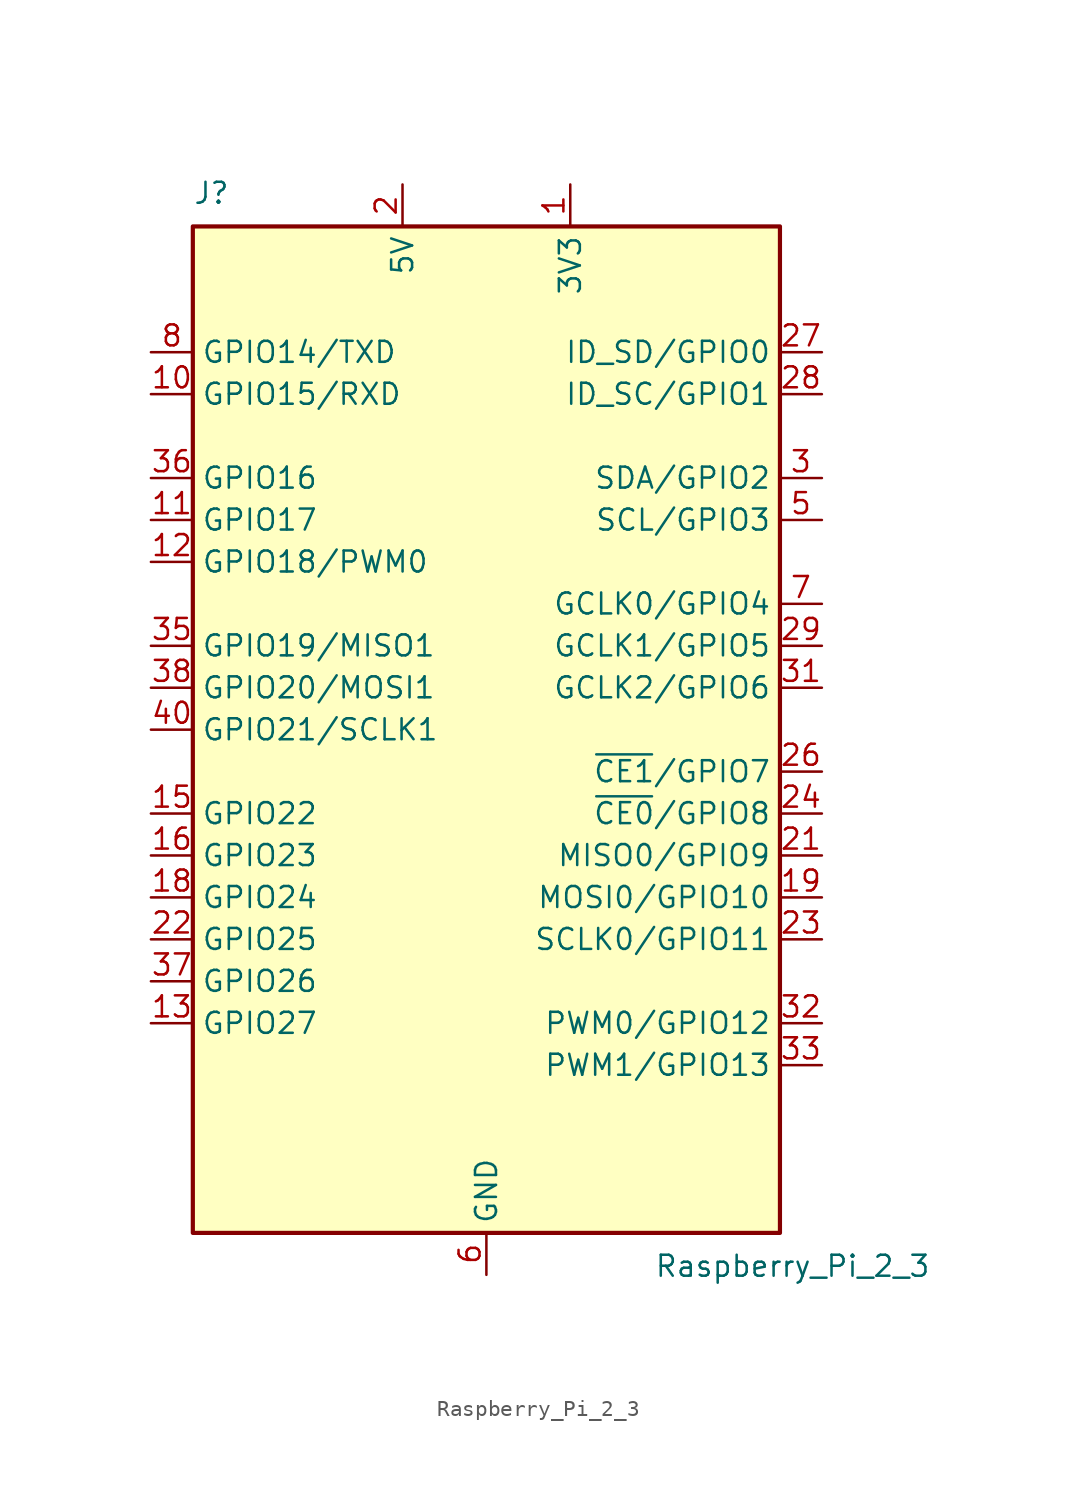
<source format=kicad_sym>
(kicad_symbol_lib
  (version 20241209)
  (generator "kicad_symbol_editor")
  (generator_version "9.0")
  (symbol "Raspberry_Pi_2_3"
    (property "Reference" "J"
      (at -17.78 31.75 0)
      (effects (font (size 1.27 1.27)) (justify left bottom)))
    (property "Value" "Raspberry_Pi_2_3"
      (at 10.16 -31.75 0)
      (effects (font (size 1.27 1.27)) (justify left top)))
    (symbol "Raspberry_Pi_2_3_0_1"
      (rectangle (start -17.78 30.48) (end 17.78 -30.48) (stroke (width 0.254) (type default)) (fill (type background))))
    (symbol "Raspberry_Pi_2_3_1_1"
      (pin bidirectional line (at -20.32 22.86 0) (length 2.54) (name "GPIO14/TXD" (effects (font (size 1.27 1.27)))) (number "8" (effects (font (size 1.27 1.27)))))
      (pin bidirectional line (at -20.32 20.32 0) (length 2.54) (name "GPIO15/RXD" (effects (font (size 1.27 1.27)))) (number "10" (effects (font (size 1.27 1.27)))))
      (pin bidirectional line (at -20.32 15.24 0) (length 2.54) (name "GPIO16" (effects (font (size 1.27 1.27)))) (number "36" (effects (font (size 1.27 1.27)))))
      (pin bidirectional line (at -20.32 12.7 0) (length 2.54) (name "GPIO17" (effects (font (size 1.27 1.27)))) (number "11" (effects (font (size 1.27 1.27)))))
      (pin bidirectional line (at -20.32 10.16 0) (length 2.54) (name "GPIO18/PWM0" (effects (font (size 1.27 1.27)))) (number "12" (effects (font (size 1.27 1.27)))))
      (pin bidirectional line (at -20.32 5.08 0) (length 2.54) (name "GPIO19/MISO1" (effects (font (size 1.27 1.27)))) (number "35" (effects (font (size 1.27 1.27)))))
      (pin bidirectional line (at -20.32 2.54 0) (length 2.54) (name "GPIO20/MOSI1" (effects (font (size 1.27 1.27)))) (number "38" (effects (font (size 1.27 1.27)))))
      (pin bidirectional line (at -20.32 0 0) (length 2.54) (name "GPIO21/SCLK1" (effects (font (size 1.27 1.27)))) (number "40" (effects (font (size 1.27 1.27)))))
      (pin bidirectional line (at -20.32 -5.08 0) (length 2.54) (name "GPIO22" (effects (font (size 1.27 1.27)))) (number "15" (effects (font (size 1.27 1.27)))))
      (pin bidirectional line (at -20.32 -7.62 0) (length 2.54) (name "GPIO23" (effects (font (size 1.27 1.27)))) (number "16" (effects (font (size 1.27 1.27)))))
      (pin bidirectional line (at -20.32 -10.16 0) (length 2.54) (name "GPIO24" (effects (font (size 1.27 1.27)))) (number "18" (effects (font (size 1.27 1.27)))))
      (pin bidirectional line (at -20.32 -12.7 0) (length 2.54) (name "GPIO25" (effects (font (size 1.27 1.27)))) (number "22" (effects (font (size 1.27 1.27)))))
      (pin bidirectional line (at -20.32 -15.24 0) (length 2.54) (name "GPIO26" (effects (font (size 1.27 1.27)))) (number "37" (effects (font (size 1.27 1.27)))))
      (pin bidirectional line (at -20.32 -17.78 0) (length 2.54) (name "GPIO27" (effects (font (size 1.27 1.27)))) (number "13" (effects (font (size 1.27 1.27)))))
      (pin power_in line (at -5.08 33.02 270) (length 2.54) (name "5V" (effects (font (size 1.27 1.27)))) (number "2" (effects (font (size 1.27 1.27)))))
      (pin passive line (at -5.08 33.02 270) (length 2.54) (hide yes) (name "5V" (effects (font (size 1.27 1.27)))) (number "4" (effects (font (size 1.27 1.27)))))
      (pin passive line (at 0 -33.02 90) (length 2.54) (hide yes) (name "GND" (effects (font (size 1.27 1.27)))) (number "14" (effects (font (size 1.27 1.27)))))
      (pin passive line (at 0 -33.02 90) (length 2.54) (hide yes) (name "GND" (effects (font (size 1.27 1.27)))) (number "20" (effects (font (size 1.27 1.27)))))
      (pin passive line (at 0 -33.02 90) (length 2.54) (hide yes) (name "GND" (effects (font (size 1.27 1.27)))) (number "25" (effects (font (size 1.27 1.27)))))
      (pin passive line (at 0 -33.02 90) (length 2.54) (hide yes) (name "GND" (effects (font (size 1.27 1.27)))) (number "30" (effects (font (size 1.27 1.27)))))
      (pin passive line (at 0 -33.02 90) (length 2.54) (hide yes) (name "GND" (effects (font (size 1.27 1.27)))) (number "34" (effects (font (size 1.27 1.27)))))
      (pin passive line (at 0 -33.02 90) (length 2.54) (hide yes) (name "GND" (effects (font (size 1.27 1.27)))) (number "39" (effects (font (size 1.27 1.27)))))
      (pin power_in line (at 0 -33.02 90) (length 2.54) (name "GND" (effects (font (size 1.27 1.27)))) (number "6" (effects (font (size 1.27 1.27)))))
      (pin passive line (at 0 -33.02 90) (length 2.54) (hide yes) (name "GND" (effects (font (size 1.27 1.27)))) (number "9" (effects (font (size 1.27 1.27)))))
      (pin power_in line (at 5.08 33.02 270) (length 2.54) (name "3V3" (effects (font (size 1.27 1.27)))) (number "1" (effects (font (size 1.27 1.27)))))
      (pin passive line (at 5.08 33.02 270) (length 2.54) (hide yes) (name "3V3" (effects (font (size 1.27 1.27)))) (number "17" (effects (font (size 1.27 1.27)))))
      (pin bidirectional line (at 20.32 22.86 180) (length 2.54) (name "ID_SD/GPIO0" (effects (font (size 1.27 1.27)))) (number "27" (effects (font (size 1.27 1.27)))))
      (pin bidirectional line (at 20.32 20.32 180) (length 2.54) (name "ID_SC/GPIO1" (effects (font (size 1.27 1.27)))) (number "28" (effects (font (size 1.27 1.27)))))
      (pin bidirectional line (at 20.32 15.24 180) (length 2.54) (name "SDA/GPIO2" (effects (font (size 1.27 1.27)))) (number "3" (effects (font (size 1.27 1.27)))))
      (pin bidirectional line (at 20.32 12.7 180) (length 2.54) (name "SCL/GPIO3" (effects (font (size 1.27 1.27)))) (number "5" (effects (font (size 1.27 1.27)))))
      (pin bidirectional line (at 20.32 7.62 180) (length 2.54) (name "GCLK0/GPIO4" (effects (font (size 1.27 1.27)))) (number "7" (effects (font (size 1.27 1.27)))))
      (pin bidirectional line (at 20.32 5.08 180) (length 2.54) (name "GCLK1/GPIO5" (effects (font (size 1.27 1.27)))) (number "29" (effects (font (size 1.27 1.27)))))
      (pin bidirectional line (at 20.32 2.54 180) (length 2.54) (name "GCLK2/GPIO6" (effects (font (size 1.27 1.27)))) (number "31" (effects (font (size 1.27 1.27)))))
      (pin bidirectional line (at 20.32 -2.54 180) (length 2.54) (name "~{CE1}/GPIO7" (effects (font (size 1.27 1.27)))) (number "26" (effects (font (size 1.27 1.27)))))
      (pin bidirectional line (at 20.32 -5.08 180) (length 2.54) (name "~{CE0}/GPIO8" (effects (font (size 1.27 1.27)))) (number "24" (effects (font (size 1.27 1.27)))))
      (pin bidirectional line (at 20.32 -7.62 180) (length 2.54) (name "MISO0/GPIO9" (effects (font (size 1.27 1.27)))) (number "21" (effects (font (size 1.27 1.27)))))
      (pin bidirectional line (at 20.32 -10.16 180) (length 2.54) (name "MOSI0/GPIO10" (effects (font (size 1.27 1.27)))) (number "19" (effects (font (size 1.27 1.27)))))
      (pin bidirectional line (at 20.32 -12.7 180) (length 2.54) (name "SCLK0/GPIO11" (effects (font (size 1.27 1.27)))) (number "23" (effects (font (size 1.27 1.27)))))
      (pin bidirectional line (at 20.32 -17.78 180) (length 2.54) (name "PWM0/GPIO12" (effects (font (size 1.27 1.27)))) (number "32" (effects (font (size 1.27 1.27)))))
      (pin bidirectional line (at 20.32 -20.32 180) (length 2.54) (name "PWM1/GPIO13" (effects (font (size 1.27 1.27)))) (number "33" (effects (font (size 1.27 1.27))))))))
</source>
